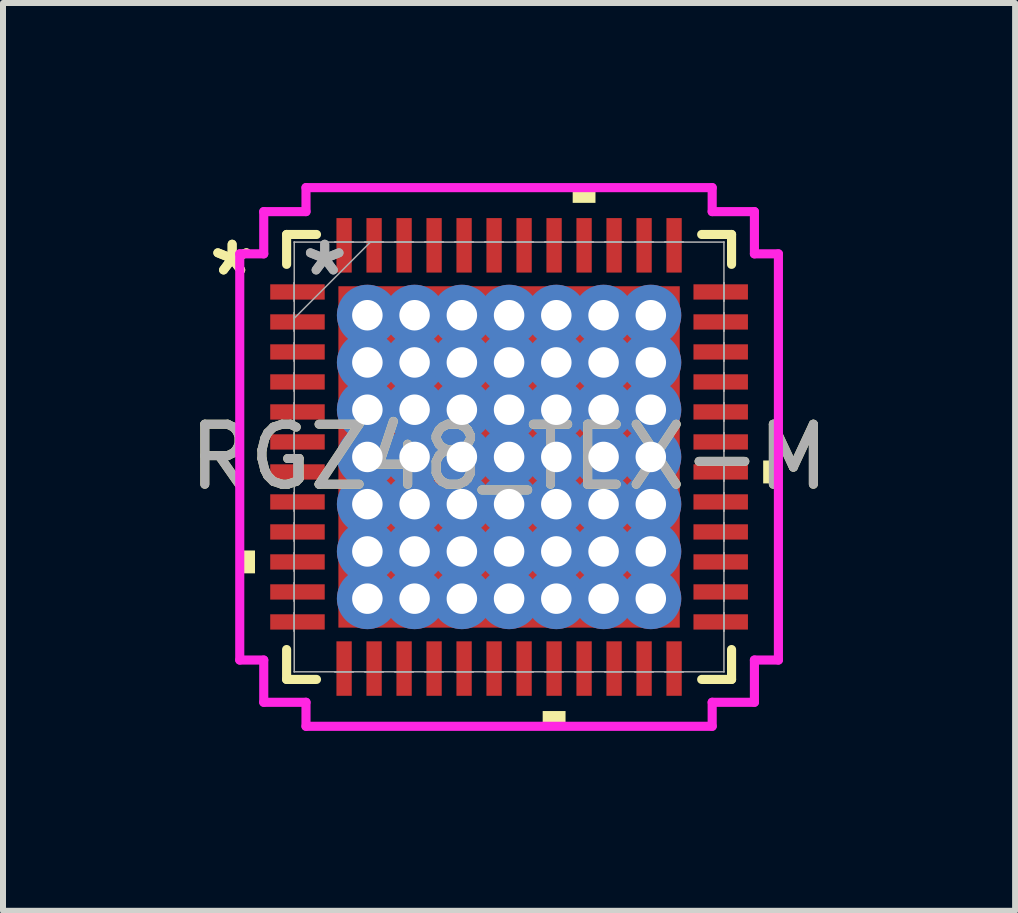
<source format=kicad_pcb>
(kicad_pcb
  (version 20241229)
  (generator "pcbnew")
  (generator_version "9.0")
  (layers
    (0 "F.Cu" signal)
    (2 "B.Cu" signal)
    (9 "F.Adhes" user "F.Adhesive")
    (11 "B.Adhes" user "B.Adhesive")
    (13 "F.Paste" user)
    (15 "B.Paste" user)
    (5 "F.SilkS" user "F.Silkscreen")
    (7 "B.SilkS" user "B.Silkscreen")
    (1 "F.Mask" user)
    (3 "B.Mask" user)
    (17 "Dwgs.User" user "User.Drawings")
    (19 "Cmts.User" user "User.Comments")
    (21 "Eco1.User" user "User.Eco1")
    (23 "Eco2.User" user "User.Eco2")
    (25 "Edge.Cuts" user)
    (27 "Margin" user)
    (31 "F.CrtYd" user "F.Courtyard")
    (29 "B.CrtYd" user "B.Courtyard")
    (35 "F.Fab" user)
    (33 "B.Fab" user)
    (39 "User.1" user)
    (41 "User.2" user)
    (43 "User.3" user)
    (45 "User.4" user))
  (footprint "RGZ48_TEX-M"
    (layer "F.Cu")
    (at 5.435 4.566)
    (property "Reference" "RGZ48_TEX-M" (at 0 0 0) (unlocked yes) (layer "F.SilkS") (effects (font (size 1 1) (thickness 0.15))))
    (fp_poly (pts (xy -2.908 -2.908) (xy -2.562 -2.908) (xy -2.562 2.908) (xy -2.908 2.908)) (stroke (width 0) (type solid)) (fill yes) (layer "F.Mask"))
    (fp_poly (pts (xy -2.908 -2.908) (xy 2.908 -2.908) (xy 2.908 -2.562) (xy -2.908 -2.562)) (stroke (width 0) (type solid)) (fill yes) (layer "F.Mask"))
    (fp_poly (pts (xy -2.908 -2.162) (xy 2.908 -2.162) (xy 2.908 -1.775) (xy -2.908 -1.775)) (stroke (width 0) (type solid)) (fill yes) (layer "F.Mask"))
    (fp_poly (pts (xy -2.908 -1.375) (xy 2.908 -1.375) (xy 2.908 -0.987) (xy -2.908 -0.987)) (stroke (width 0) (type solid)) (fill yes) (layer "F.Mask"))
    (fp_poly (pts (xy -2.908 -0.587) (xy 2.908 -0.587) (xy 2.908 -0.2) (xy -2.908 -0.2)) (stroke (width 0) (type solid)) (fill yes) (layer "F.Mask"))
    (fp_poly (pts (xy -2.908 0.2) (xy 2.908 0.2) (xy 2.908 0.587) (xy -2.908 0.587)) (stroke (width 0) (type solid)) (fill yes) (layer "F.Mask"))
    (fp_poly (pts (xy -2.908 0.987) (xy 2.908 0.987) (xy 2.908 1.375) (xy -2.908 1.375)) (stroke (width 0) (type solid)) (fill yes) (layer "F.Mask"))
    (fp_poly (pts (xy -2.908 1.775) (xy 2.908 1.775) (xy 2.908 2.162) (xy -2.908 2.162)) (stroke (width 0) (type solid)) (fill yes) (layer "F.Mask"))
    (fp_poly (pts (xy -2.908 2.562) (xy 2.908 2.562) (xy 2.908 2.908) (xy -2.908 2.908)) (stroke (width 0) (type solid)) (fill yes) (layer "F.Mask"))
    (fp_poly (pts (xy -1.775 -2.908) (xy -2.162 -2.908) (xy -2.162 2.908) (xy -1.775 2.908)) (stroke (width 0) (type solid)) (fill yes) (layer "F.Mask"))
    (fp_poly (pts (xy -0.987 -2.908) (xy -1.375 -2.908) (xy -1.375 2.908) (xy -0.987 2.908)) (stroke (width 0) (type solid)) (fill yes) (layer "F.Mask"))
    (fp_poly (pts (xy -0.2 -2.908) (xy -0.587 -2.908) (xy -0.587 2.908) (xy -0.2 2.908)) (stroke (width 0) (type solid)) (fill yes) (layer "F.Mask"))
    (fp_poly (pts (xy 0.587 -2.908) (xy 0.2 -2.908) (xy 0.2 2.908) (xy 0.587 2.908)) (stroke (width 0) (type solid)) (fill yes) (layer "F.Mask"))
    (fp_poly (pts (xy 1.375 -2.908) (xy 0.987 -2.908) (xy 0.987 2.908) (xy 1.375 2.908)) (stroke (width 0) (type solid)) (fill yes) (layer "F.Mask"))
    (fp_poly (pts (xy 2.162 -2.908) (xy 1.775 -2.908) (xy 1.775 2.908) (xy 2.162 2.908)) (stroke (width 0) (type solid)) (fill yes) (layer "F.Mask"))
    (fp_poly (pts (xy 2.562 -2.908) (xy 2.908 -2.908) (xy 2.908 2.908) (xy 2.562 2.908)) (stroke (width 0) (type solid)) (fill yes) (layer "F.Mask"))
    (fp_line (start -3.708 -3.708) (end -3.708 -3.21) (stroke (width 0.152) (type solid)) (layer "F.SilkS"))
    (fp_line (start -3.708 3.21) (end -3.708 3.708) (stroke (width 0.152) (type solid)) (layer "F.SilkS"))
    (fp_line (start -3.708 3.708) (end -3.21 3.708) (stroke (width 0.152) (type solid)) (layer "F.SilkS"))
    (fp_line (start -3.21 -3.708) (end -3.708 -3.708) (stroke (width 0.152) (type solid)) (layer "F.SilkS"))
    (fp_line (start 3.21 3.708) (end 3.708 3.708) (stroke (width 0.152) (type solid)) (layer "F.SilkS"))
    (fp_line (start 3.708 -3.708) (end 3.21 -3.708) (stroke (width 0.152) (type solid)) (layer "F.SilkS"))
    (fp_line (start 3.708 -3.21) (end 3.708 -3.708) (stroke (width 0.152) (type solid)) (layer "F.SilkS"))
    (fp_line (start 3.708 3.708) (end 3.708 3.21) (stroke (width 0.152) (type solid)) (layer "F.SilkS"))
    (fp_poly (pts (xy -4.489 1.559) (xy -4.489 1.94) (xy -4.235 1.94) (xy -4.235 1.559)) (stroke (width 0) (type solid)) (fill yes) (layer "F.SilkS"))
    (fp_poly (pts (xy 0.56 4.235) (xy 0.56 4.489) (xy 0.941 4.489) (xy 0.941 4.235)) (stroke (width 0) (type solid)) (fill yes) (layer "F.SilkS"))
    (fp_poly (pts (xy 1.06 -4.235) (xy 1.06 -4.489) (xy 1.44 -4.489) (xy 1.44 -4.235)) (stroke (width 0) (type solid)) (fill yes) (layer "F.SilkS"))
    (fp_poly (pts (xy 4.489 0.059) (xy 4.489 0.441) (xy 4.235 0.441) (xy 4.235 0.059)) (stroke (width 0) (type solid)) (fill yes) (layer "F.SilkS"))
    (fp_poly (pts (xy -2.77 -2.77) (xy -2.77 -2.462) (xy -2.604 -2.462) (xy -2.462 -2.604) (xy -2.462 -2.77)) (stroke (width 0) (type solid)) (fill yes) (layer "F.Paste"))
    (fp_poly (pts (xy -2.77 2.462) (xy -2.77 2.77) (xy -2.462 2.77) (xy -2.462 2.604) (xy -2.604 2.462)) (stroke (width 0) (type solid)) (fill yes) (layer "F.Paste"))
    (fp_poly (pts (xy 2.462 -2.77) (xy 2.462 -2.604) (xy 2.604 -2.462) (xy 2.77 -2.462) (xy 2.77 -2.77)) (stroke (width 0) (type solid)) (fill yes) (layer "F.Paste"))
    (fp_poly (pts (xy 2.604 2.462) (xy 2.462 2.604) (xy 2.462 2.77) (xy 2.77 2.77) (xy 2.77 2.462)) (stroke (width 0) (type solid)) (fill yes) (layer "F.Paste"))
    (fp_poly (pts (xy -2.77 -2.262) (xy -2.77 -1.675) (xy -2.604 -1.675) (xy -2.462 -1.816) (xy -2.462 -2.121) (xy -2.604 -2.262)) (stroke (width 0) (type solid)) (fill yes) (layer "F.Paste"))
    (fp_poly (pts (xy -2.77 -1.475) (xy -2.77 -0.887) (xy -2.604 -0.887) (xy -2.462 -1.029) (xy -2.462 -1.333) (xy -2.604 -1.475)) (stroke (width 0) (type solid)) (fill yes) (layer "F.Paste"))
    (fp_poly (pts (xy -2.77 -0.687) (xy -2.77 -0.1) (xy -2.604 -0.1) (xy -2.462 -0.241) (xy -2.462 -0.546) (xy -2.604 -0.687)) (stroke (width 0) (type solid)) (fill yes) (layer "F.Paste"))
    (fp_poly (pts (xy -2.77 0.1) (xy -2.77 0.687) (xy -2.604 0.687) (xy -2.462 0.546) (xy -2.462 0.241) (xy -2.604 0.1)) (stroke (width 0) (type solid)) (fill yes) (layer "F.Paste"))
    (fp_poly (pts (xy -2.77 0.887) (xy -2.77 1.475) (xy -2.604 1.475) (xy -2.462 1.333) (xy -2.462 1.029) (xy -2.604 0.887)) (stroke (width 0) (type solid)) (fill yes) (layer "F.Paste"))
    (fp_poly (pts (xy -2.77 1.675) (xy -2.77 2.262) (xy -2.604 2.262) (xy -2.462 2.121) (xy -2.462 1.816) (xy -2.604 1.675)) (stroke (width 0) (type solid)) (fill yes) (layer "F.Paste"))
    (fp_poly (pts (xy -2.262 -2.77) (xy -2.262 -2.604) (xy -2.121 -2.462) (xy -1.816 -2.462) (xy -1.675 -2.604) (xy -1.675 -2.77)) (stroke (width 0) (type solid)) (fill yes) (layer "F.Paste"))
    (fp_poly (pts (xy -2.121 2.462) (xy -2.262 2.604) (xy -2.262 2.77) (xy -1.675 2.77) (xy -1.675 2.604) (xy -1.816 2.462)) (stroke (width 0) (type solid)) (fill yes) (layer "F.Paste"))
    (fp_poly (pts (xy -1.475 -2.77) (xy -1.475 -2.604) (xy -1.333 -2.462) (xy -1.029 -2.462) (xy -0.887 -2.604) (xy -0.887 -2.77)) (stroke (width 0) (type solid)) (fill yes) (layer "F.Paste"))
    (fp_poly (pts (xy -1.333 2.462) (xy -1.475 2.604) (xy -1.475 2.77) (xy -0.887 2.77) (xy -0.887 2.604) (xy -1.029 2.462)) (stroke (width 0) (type solid)) (fill yes) (layer "F.Paste"))
    (fp_poly (pts (xy -0.687 -2.77) (xy -0.687 -2.604) (xy -0.546 -2.462) (xy -0.241 -2.462) (xy -0.1 -2.604) (xy -0.1 -2.77)) (stroke (width 0) (type solid)) (fill yes) (layer "F.Paste"))
    (fp_poly (pts (xy -0.546 2.462) (xy -0.687 2.604) (xy -0.687 2.77) (xy -0.1 2.77) (xy -0.1 2.604) (xy -0.241 2.462)) (stroke (width 0) (type solid)) (fill yes) (layer "F.Paste"))
    (fp_poly (pts (xy 0.1 -2.77) (xy 0.1 -2.604) (xy 0.241 -2.462) (xy 0.546 -2.462) (xy 0.687 -2.604) (xy 0.687 -2.77)) (stroke (width 0) (type solid)) (fill yes) (layer "F.Paste"))
    (fp_poly (pts (xy 0.241 2.462) (xy 0.1 2.604) (xy 0.1 2.77) (xy 0.687 2.77) (xy 0.687 2.604) (xy 0.546 2.462)) (stroke (width 0) (type solid)) (fill yes) (layer "F.Paste"))
    (fp_poly (pts (xy 0.887 -2.77) (xy 0.887 -2.604) (xy 1.029 -2.462) (xy 1.333 -2.462) (xy 1.475 -2.604) (xy 1.475 -2.77)) (stroke (width 0) (type solid)) (fill yes) (layer "F.Paste"))
    (fp_poly (pts (xy 1.029 2.462) (xy 0.887 2.604) (xy 0.887 2.77) (xy 1.475 2.77) (xy 1.475 2.604) (xy 1.333 2.462)) (stroke (width 0) (type solid)) (fill yes) (layer "F.Paste"))
    (fp_poly (pts (xy 1.675 -2.77) (xy 1.675 -2.604) (xy 1.816 -2.462) (xy 2.121 -2.462) (xy 2.262 -2.604) (xy 2.262 -2.77)) (stroke (width 0) (type solid)) (fill yes) (layer "F.Paste"))
    (fp_poly (pts (xy 1.816 2.462) (xy 1.675 2.604) (xy 1.675 2.77) (xy 2.262 2.77) (xy 2.262 2.604) (xy 2.121 2.462)) (stroke (width 0) (type solid)) (fill yes) (layer "F.Paste"))
    (fp_poly (pts (xy 2.604 -2.262) (xy 2.462 -2.121) (xy 2.462 -1.816) (xy 2.604 -1.675) (xy 2.77 -1.675) (xy 2.77 -2.262)) (stroke (width 0) (type solid)) (fill yes) (layer "F.Paste"))
    (fp_poly (pts (xy 2.604 -1.475) (xy 2.462 -1.333) (xy 2.462 -1.029) (xy 2.604 -0.887) (xy 2.77 -0.887) (xy 2.77 -1.475)) (stroke (width 0) (type solid)) (fill yes) (layer "F.Paste"))
    (fp_poly (pts (xy 2.604 -0.687) (xy 2.462 -0.546) (xy 2.462 -0.241) (xy 2.604 -0.1) (xy 2.77 -0.1) (xy 2.77 -0.687)) (stroke (width 0) (type solid)) (fill yes) (layer "F.Paste"))
    (fp_poly (pts (xy 2.604 0.1) (xy 2.462 0.241) (xy 2.462 0.546) (xy 2.604 0.687) (xy 2.77 0.687) (xy 2.77 0.1)) (stroke (width 0) (type solid)) (fill yes) (layer "F.Paste"))
    (fp_poly (pts (xy 2.604 0.887) (xy 2.462 1.029) (xy 2.462 1.333) (xy 2.604 1.475) (xy 2.77 1.475) (xy 2.77 0.887)) (stroke (width 0) (type solid)) (fill yes) (layer "F.Paste"))
    (fp_poly (pts (xy 2.604 1.675) (xy 2.462 1.816) (xy 2.462 2.121) (xy 2.604 2.262) (xy 2.77 2.262) (xy 2.77 1.675)) (stroke (width 0) (type solid)) (fill yes) (layer "F.Paste"))
    (fp_poly (pts (xy -2.121 -2.262) (xy -2.262 -2.121) (xy -2.262 -1.816) (xy -2.121 -1.675) (xy -1.816 -1.675) (xy -1.675 -1.816) (xy -1.675 -2.121) (xy -1.816 -2.262)) (stroke (width 0) (type solid)) (fill yes) (layer "F.Paste"))
    (fp_poly (pts (xy -2.121 -1.475) (xy -2.262 -1.333) (xy -2.262 -1.029) (xy -2.121 -0.887) (xy -1.816 -0.887) (xy -1.675 -1.029) (xy -1.675 -1.333) (xy -1.816 -1.475)) (stroke (width 0) (type solid)) (fill yes) (layer "F.Paste"))
    (fp_poly (pts (xy -2.121 -0.687) (xy -2.262 -0.546) (xy -2.262 -0.241) (xy -2.121 -0.1) (xy -1.816 -0.1) (xy -1.675 -0.241) (xy -1.675 -0.546) (xy -1.816 -0.687)) (stroke (width 0) (type solid)) (fill yes) (layer "F.Paste"))
    (fp_poly (pts (xy -2.121 0.1) (xy -2.262 0.241) (xy -2.262 0.546) (xy -2.121 0.687) (xy -1.816 0.687) (xy -1.675 0.546) (xy -1.675 0.241) (xy -1.816 0.1)) (stroke (width 0) (type solid)) (fill yes) (layer "F.Paste"))
    (fp_poly (pts (xy -2.121 0.887) (xy -2.262 1.029) (xy -2.262 1.333) (xy -2.121 1.475) (xy -1.816 1.475) (xy -1.675 1.333) (xy -1.675 1.029) (xy -1.816 0.887)) (stroke (width 0) (type solid)) (fill yes) (layer "F.Paste"))
    (fp_poly (pts (xy -2.121 1.675) (xy -2.262 1.816) (xy -2.262 2.121) (xy -2.121 2.262) (xy -1.816 2.262) (xy -1.675 2.121) (xy -1.675 1.816) (xy -1.816 1.675)) (stroke (width 0) (type solid)) (fill yes) (layer "F.Paste"))
    (fp_poly (pts (xy -1.333 -2.262) (xy -1.475 -2.121) (xy -1.475 -1.816) (xy -1.333 -1.675) (xy -1.029 -1.675) (xy -0.887 -1.816) (xy -0.887 -2.121) (xy -1.029 -2.262)) (stroke (width 0) (type solid)) (fill yes) (layer "F.Paste"))
    (fp_poly (pts (xy -1.333 -1.475) (xy -1.475 -1.333) (xy -1.475 -1.029) (xy -1.333 -0.887) (xy -1.029 -0.887) (xy -0.887 -1.029) (xy -0.887 -1.333) (xy -1.029 -1.475)) (stroke (width 0) (type solid)) (fill yes) (layer "F.Paste"))
    (fp_poly (pts (xy -1.333 -0.687) (xy -1.475 -0.546) (xy -1.475 -0.241) (xy -1.333 -0.1) (xy -1.029 -0.1) (xy -0.887 -0.241) (xy -0.887 -0.546) (xy -1.029 -0.687)) (stroke (width 0) (type solid)) (fill yes) (layer "F.Paste"))
    (fp_poly (pts (xy -1.333 0.1) (xy -1.475 0.241) (xy -1.475 0.546) (xy -1.333 0.687) (xy -1.029 0.687) (xy -0.887 0.546) (xy -0.887 0.241) (xy -1.029 0.1)) (stroke (width 0) (type solid)) (fill yes) (layer "F.Paste"))
    (fp_poly (pts (xy -1.333 0.887) (xy -1.475 1.029) (xy -1.475 1.333) (xy -1.333 1.475) (xy -1.029 1.475) (xy -0.887 1.333) (xy -0.887 1.029) (xy -1.029 0.887)) (stroke (width 0) (type solid)) (fill yes) (layer "F.Paste"))
    (fp_poly (pts (xy -1.333 1.675) (xy -1.475 1.816) (xy -1.475 2.121) (xy -1.333 2.262) (xy -1.029 2.262) (xy -0.887 2.121) (xy -0.887 1.816) (xy -1.029 1.675)) (stroke (width 0) (type solid)) (fill yes) (layer "F.Paste"))
    (fp_poly (pts (xy -0.546 -2.262) (xy -0.687 -2.121) (xy -0.687 -1.816) (xy -0.546 -1.675) (xy -0.241 -1.675) (xy -0.1 -1.816) (xy -0.1 -2.121) (xy -0.241 -2.262)) (stroke (width 0) (type solid)) (fill yes) (layer "F.Paste"))
    (fp_poly (pts (xy -0.546 -1.475) (xy -0.687 -1.333) (xy -0.687 -1.029) (xy -0.546 -0.887) (xy -0.241 -0.887) (xy -0.1 -1.029) (xy -0.1 -1.333) (xy -0.241 -1.475)) (stroke (width 0) (type solid)) (fill yes) (layer "F.Paste"))
    (fp_poly (pts (xy -0.546 -0.687) (xy -0.687 -0.546) (xy -0.687 -0.241) (xy -0.546 -0.1) (xy -0.241 -0.1) (xy -0.1 -0.241) (xy -0.1 -0.546) (xy -0.241 -0.687)) (stroke (width 0) (type solid)) (fill yes) (layer "F.Paste"))
    (fp_poly (pts (xy -0.546 0.1) (xy -0.687 0.241) (xy -0.687 0.546) (xy -0.546 0.687) (xy -0.241 0.687) (xy -0.1 0.546) (xy -0.1 0.241) (xy -0.241 0.1)) (stroke (width 0) (type solid)) (fill yes) (layer "F.Paste"))
    (fp_poly (pts (xy -0.546 0.887) (xy -0.687 1.029) (xy -0.687 1.333) (xy -0.546 1.475) (xy -0.241 1.475) (xy -0.1 1.333) (xy -0.1 1.029) (xy -0.241 0.887)) (stroke (width 0) (type solid)) (fill yes) (layer "F.Paste"))
    (fp_poly (pts (xy -0.546 1.675) (xy -0.687 1.816) (xy -0.687 2.121) (xy -0.546 2.262) (xy -0.241 2.262) (xy -0.1 2.121) (xy -0.1 1.816) (xy -0.241 1.675)) (stroke (width 0) (type solid)) (fill yes) (layer "F.Paste"))
    (fp_poly (pts (xy 0.241 -2.262) (xy 0.1 -2.121) (xy 0.1 -1.816) (xy 0.241 -1.675) (xy 0.546 -1.675) (xy 0.687 -1.816) (xy 0.687 -2.121) (xy 0.546 -2.262)) (stroke (width 0) (type solid)) (fill yes) (layer "F.Paste"))
    (fp_poly (pts (xy 0.241 -1.475) (xy 0.1 -1.333) (xy 0.1 -1.029) (xy 0.241 -0.887) (xy 0.546 -0.887) (xy 0.687 -1.029) (xy 0.687 -1.333) (xy 0.546 -1.475)) (stroke (width 0) (type solid)) (fill yes) (layer "F.Paste"))
    (fp_poly (pts (xy 0.241 -0.687) (xy 0.1 -0.546) (xy 0.1 -0.241) (xy 0.241 -0.1) (xy 0.546 -0.1) (xy 0.687 -0.241) (xy 0.687 -0.546) (xy 0.546 -0.687)) (stroke (width 0) (type solid)) (fill yes) (layer "F.Paste"))
    (fp_poly (pts (xy 0.241 0.1) (xy 0.1 0.241) (xy 0.1 0.546) (xy 0.241 0.687) (xy 0.546 0.687) (xy 0.687 0.546) (xy 0.687 0.241) (xy 0.546 0.1)) (stroke (width 0) (type solid)) (fill yes) (layer "F.Paste"))
    (fp_poly (pts (xy 0.241 0.887) (xy 0.1 1.029) (xy 0.1 1.333) (xy 0.241 1.475) (xy 0.546 1.475) (xy 0.687 1.333) (xy 0.687 1.029) (xy 0.546 0.887)) (stroke (width 0) (type solid)) (fill yes) (layer "F.Paste"))
    (fp_poly (pts (xy 0.241 1.675) (xy 0.1 1.816) (xy 0.1 2.121) (xy 0.241 2.262) (xy 0.546 2.262) (xy 0.687 2.121) (xy 0.687 1.816) (xy 0.546 1.675)) (stroke (width 0) (type solid)) (fill yes) (layer "F.Paste"))
    (fp_poly (pts (xy 1.029 -2.262) (xy 0.887 -2.121) (xy 0.887 -1.816) (xy 1.029 -1.675) (xy 1.333 -1.675) (xy 1.475 -1.816) (xy 1.475 -2.121) (xy 1.333 -2.262)) (stroke (width 0) (type solid)) (fill yes) (layer "F.Paste"))
    (fp_poly (pts (xy 1.029 -1.475) (xy 0.887 -1.333) (xy 0.887 -1.029) (xy 1.029 -0.887) (xy 1.333 -0.887) (xy 1.475 -1.029) (xy 1.475 -1.333) (xy 1.333 -1.475)) (stroke (width 0) (type solid)) (fill yes) (layer "F.Paste"))
    (fp_poly (pts (xy 1.029 -0.687) (xy 0.887 -0.546) (xy 0.887 -0.241) (xy 1.029 -0.1) (xy 1.333 -0.1) (xy 1.475 -0.241) (xy 1.475 -0.546) (xy 1.333 -0.687)) (stroke (width 0) (type solid)) (fill yes) (layer "F.Paste"))
    (fp_poly (pts (xy 1.029 0.1) (xy 0.887 0.241) (xy 0.887 0.546) (xy 1.029 0.687) (xy 1.333 0.687) (xy 1.475 0.546) (xy 1.475 0.241) (xy 1.333 0.1)) (stroke (width 0) (type solid)) (fill yes) (layer "F.Paste"))
    (fp_poly (pts (xy 1.029 0.887) (xy 0.887 1.029) (xy 0.887 1.333) (xy 1.029 1.475) (xy 1.333 1.475) (xy 1.475 1.333) (xy 1.475 1.029) (xy 1.333 0.887)) (stroke (width 0) (type solid)) (fill yes) (layer "F.Paste"))
    (fp_poly (pts (xy 1.029 1.675) (xy 0.887 1.816) (xy 0.887 2.121) (xy 1.029 2.262) (xy 1.333 2.262) (xy 1.475 2.121) (xy 1.475 1.816) (xy 1.333 1.675)) (stroke (width 0) (type solid)) (fill yes) (layer "F.Paste"))
    (fp_poly (pts (xy 1.816 -2.262) (xy 1.675 -2.121) (xy 1.675 -1.816) (xy 1.816 -1.675) (xy 2.121 -1.675) (xy 2.262 -1.816) (xy 2.262 -2.121) (xy 2.121 -2.262)) (stroke (width 0) (type solid)) (fill yes) (layer "F.Paste"))
    (fp_poly (pts (xy 1.816 -1.475) (xy 1.675 -1.333) (xy 1.675 -1.029) (xy 1.816 -0.887) (xy 2.121 -0.887) (xy 2.262 -1.029) (xy 2.262 -1.333) (xy 2.121 -1.475)) (stroke (width 0) (type solid)) (fill yes) (layer "F.Paste"))
    (fp_poly (pts (xy 1.816 -0.687) (xy 1.675 -0.546) (xy 1.675 -0.241) (xy 1.816 -0.1) (xy 2.121 -0.1) (xy 2.262 -0.241) (xy 2.262 -0.546) (xy 2.121 -0.687)) (stroke (width 0) (type solid)) (fill yes) (layer "F.Paste"))
    (fp_poly (pts (xy 1.816 0.1) (xy 1.675 0.241) (xy 1.675 0.546) (xy 1.816 0.687) (xy 2.121 0.687) (xy 2.262 0.546) (xy 2.262 0.241) (xy 2.121 0.1)) (stroke (width 0) (type solid)) (fill yes) (layer "F.Paste"))
    (fp_poly (pts (xy 1.816 0.887) (xy 1.675 1.029) (xy 1.675 1.333) (xy 1.816 1.475) (xy 2.121 1.475) (xy 2.262 1.333) (xy 2.262 1.029) (xy 2.121 0.887)) (stroke (width 0) (type solid)) (fill yes) (layer "F.Paste"))
    (fp_poly (pts (xy 1.816 1.675) (xy 1.675 1.816) (xy 1.675 2.121) (xy 1.816 2.262) (xy 2.121 2.262) (xy 2.262 2.121) (xy 2.262 1.816) (xy 2.121 1.675)) (stroke (width 0) (type solid)) (fill yes) (layer "F.Paste"))
    (fp_line (start -4.489 -3.385) (end -4.089 -3.385) (stroke (width 0.152) (type solid)) (layer "F.CrtYd"))
    (fp_line (start -4.489 3.385) (end -4.489 -3.385) (stroke (width 0.152) (type solid)) (layer "F.CrtYd"))
    (fp_line (start -4.089 -4.089) (end -3.385 -4.089) (stroke (width 0.152) (type solid)) (layer "F.CrtYd"))
    (fp_line (start -4.089 -3.385) (end -4.089 -4.089) (stroke (width 0.152) (type solid)) (layer "F.CrtYd"))
    (fp_line (start -4.089 3.385) (end -4.489 3.385) (stroke (width 0.152) (type solid)) (layer "F.CrtYd"))
    (fp_line (start -4.089 4.089) (end -4.089 3.385) (stroke (width 0.152) (type solid)) (layer "F.CrtYd"))
    (fp_line (start -3.385 -4.489) (end 3.385 -4.489) (stroke (width 0.152) (type solid)) (layer "F.CrtYd"))
    (fp_line (start -3.385 -4.089) (end -3.385 -4.489) (stroke (width 0.152) (type solid)) (layer "F.CrtYd"))
    (fp_line (start -3.385 4.089) (end -4.089 4.089) (stroke (width 0.152) (type solid)) (layer "F.CrtYd"))
    (fp_line (start -3.385 4.489) (end -3.385 4.089) (stroke (width 0.152) (type solid)) (layer "F.CrtYd"))
    (fp_line (start 3.385 -4.489) (end 3.385 -4.089) (stroke (width 0.152) (type solid)) (layer "F.CrtYd"))
    (fp_line (start 3.385 -4.089) (end 4.089 -4.089) (stroke (width 0.152) (type solid)) (layer "F.CrtYd"))
    (fp_line (start 3.385 4.089) (end 3.385 4.489) (stroke (width 0.152) (type solid)) (layer "F.CrtYd"))
    (fp_line (start 3.385 4.489) (end -3.385 4.489) (stroke (width 0.152) (type solid)) (layer "F.CrtYd"))
    (fp_line (start 4.089 -4.089) (end 4.089 -3.385) (stroke (width 0.152) (type solid)) (layer "F.CrtYd"))
    (fp_line (start 4.089 -3.385) (end 4.489 -3.385) (stroke (width 0.152) (type solid)) (layer "F.CrtYd"))
    (fp_line (start 4.089 3.385) (end 4.089 4.089) (stroke (width 0.152) (type solid)) (layer "F.CrtYd"))
    (fp_line (start 4.089 4.089) (end 3.385 4.089) (stroke (width 0.152) (type solid)) (layer "F.CrtYd"))
    (fp_line (start 4.489 -3.385) (end 4.489 3.385) (stroke (width 0.152) (type solid)) (layer "F.CrtYd"))
    (fp_line (start 4.489 3.385) (end 4.089 3.385) (stroke (width 0.152) (type solid)) (layer "F.CrtYd"))
    (fp_line (start -3.581 -3.581) (end -3.581 -3.581) (stroke (width 0.025) (type solid)) (layer "F.Fab"))
    (fp_line (start -3.581 -3.581) (end -3.581 3.581) (stroke (width 0.025) (type solid)) (layer "F.Fab"))
    (fp_line (start -3.581 -2.902) (end -3.581 -2.902) (stroke (width 0.025) (type solid)) (layer "F.Fab"))
    (fp_line (start -3.581 -2.902) (end -3.581 -2.598) (stroke (width 0.025) (type solid)) (layer "F.Fab"))
    (fp_line (start -3.581 -2.598) (end -3.581 -2.902) (stroke (width 0.025) (type solid)) (layer "F.Fab"))
    (fp_line (start -3.581 -2.598) (end -3.581 -2.598) (stroke (width 0.025) (type solid)) (layer "F.Fab"))
    (fp_line (start -3.581 -2.402) (end -3.581 -2.402) (stroke (width 0.025) (type solid)) (layer "F.Fab"))
    (fp_line (start -3.581 -2.402) (end -3.581 -2.098) (stroke (width 0.025) (type solid)) (layer "F.Fab"))
    (fp_line (start -3.581 -2.311) (end -2.311 -3.581) (stroke (width 0.025) (type solid)) (layer "F.Fab"))
    (fp_line (start -3.581 -2.098) (end -3.581 -2.402) (stroke (width 0.025) (type solid)) (layer "F.Fab"))
    (fp_line (start -3.581 -2.098) (end -3.581 -2.098) (stroke (width 0.025) (type solid)) (layer "F.Fab"))
    (fp_line (start -3.581 -1.902) (end -3.581 -1.902) (stroke (width 0.025) (type solid)) (layer "F.Fab"))
    (fp_line (start -3.581 -1.902) (end -3.581 -1.598) (stroke (width 0.025) (type solid)) (layer "F.Fab"))
    (fp_line (start -3.581 -1.598) (end -3.581 -1.902) (stroke (width 0.025) (type solid)) (layer "F.Fab"))
    (fp_line (start -3.581 -1.598) (end -3.581 -1.598) (stroke (width 0.025) (type solid)) (layer "F.Fab"))
    (fp_line (start -3.581 -1.402) (end -3.581 -1.402) (stroke (width 0.025) (type solid)) (layer "F.Fab"))
    (fp_line (start -3.581 -1.402) (end -3.581 -1.098) (stroke (width 0.025) (type solid)) (layer "F.Fab"))
    (fp_line (start -3.581 -1.098) (end -3.581 -1.402) (stroke (width 0.025) (type solid)) (layer "F.Fab"))
    (fp_line (start -3.581 -1.098) (end -3.581 -1.098) (stroke (width 0.025) (type solid)) (layer "F.Fab"))
    (fp_line (start -3.581 -0.902) (end -3.581 -0.902) (stroke (width 0.025) (type solid)) (layer "F.Fab"))
    (fp_line (start -3.581 -0.902) (end -3.581 -0.598) (stroke (width 0.025) (type solid)) (layer "F.Fab"))
    (fp_line (start -3.581 -0.598) (end -3.581 -0.902) (stroke (width 0.025) (type solid)) (layer "F.Fab"))
    (fp_line (start -3.581 -0.598) (end -3.581 -0.598) (stroke (width 0.025) (type solid)) (layer "F.Fab"))
    (fp_line (start -3.581 -0.402) (end -3.581 -0.402) (stroke (width 0.025) (type solid)) (layer "F.Fab"))
    (fp_line (start -3.581 -0.402) (end -3.581 -0.098) (stroke (width 0.025) (type solid)) (layer "F.Fab"))
    (fp_line (start -3.581 -0.098) (end -3.581 -0.402) (stroke (width 0.025) (type solid)) (layer "F.Fab"))
    (fp_line (start -3.581 -0.098) (end -3.581 -0.098) (stroke (width 0.025) (type solid)) (layer "F.Fab"))
    (fp_line (start -3.581 0.098) (end -3.581 0.098) (stroke (width 0.025) (type solid)) (layer "F.Fab"))
    (fp_line (start -3.581 0.098) (end -3.581 0.402) (stroke (width 0.025) (type solid)) (layer "F.Fab"))
    (fp_line (start -3.581 0.402) (end -3.581 0.098) (stroke (width 0.025) (type solid)) (layer "F.Fab"))
    (fp_line (start -3.581 0.402) (end -3.581 0.402) (stroke (width 0.025) (type solid)) (layer "F.Fab"))
    (fp_line (start -3.581 0.598) (end -3.581 0.598) (stroke (width 0.025) (type solid)) (layer "F.Fab"))
    (fp_line (start -3.581 0.598) (end -3.581 0.902) (stroke (width 0.025) (type solid)) (layer "F.Fab"))
    (fp_line (start -3.581 0.902) (end -3.581 0.598) (stroke (width 0.025) (type solid)) (layer "F.Fab"))
    (fp_line (start -3.581 0.902) (end -3.581 0.902) (stroke (width 0.025) (type solid)) (layer "F.Fab"))
    (fp_line (start -3.581 1.098) (end -3.581 1.098) (stroke (width 0.025) (type solid)) (layer "F.Fab"))
    (fp_line (start -3.581 1.098) (end -3.581 1.402) (stroke (width 0.025) (type solid)) (layer "F.Fab"))
    (fp_line (start -3.581 1.402) (end -3.581 1.098) (stroke (width 0.025) (type solid)) (layer "F.Fab"))
    (fp_line (start -3.581 1.402) (end -3.581 1.402) (stroke (width 0.025) (type solid)) (layer "F.Fab"))
    (fp_line (start -3.581 1.598) (end -3.581 1.598) (stroke (width 0.025) (type solid)) (layer "F.Fab"))
    (fp_line (start -3.581 1.598) (end -3.581 1.902) (stroke (width 0.025) (type solid)) (layer "F.Fab"))
    (fp_line (start -3.581 1.902) (end -3.581 1.598) (stroke (width 0.025) (type solid)) (layer "F.Fab"))
    (fp_line (start -3.581 1.902) (end -3.581 1.902) (stroke (width 0.025) (type solid)) (layer "F.Fab"))
    (fp_line (start -3.581 2.098) (end -3.581 2.098) (stroke (width 0.025) (type solid)) (layer "F.Fab"))
    (fp_line (start -3.581 2.098) (end -3.581 2.402) (stroke (width 0.025) (type solid)) (layer "F.Fab"))
    (fp_line (start -3.581 2.402) (end -3.581 2.098) (stroke (width 0.025) (type solid)) (layer "F.Fab"))
    (fp_line (start -3.581 2.402) (end -3.581 2.402) (stroke (width 0.025) (type solid)) (layer "F.Fab"))
    (fp_line (start -3.581 2.598) (end -3.581 2.598) (stroke (width 0.025) (type solid)) (layer "F.Fab"))
    (fp_line (start -3.581 2.598) (end -3.581 2.902) (stroke (width 0.025) (type solid)) (layer "F.Fab"))
    (fp_line (start -3.581 2.902) (end -3.581 2.598) (stroke (width 0.025) (type solid)) (layer "F.Fab"))
    (fp_line (start -3.581 2.902) (end -3.581 2.902) (stroke (width 0.025) (type solid)) (layer "F.Fab"))
    (fp_line (start -3.581 3.581) (end -3.581 3.581) (stroke (width 0.025) (type solid)) (layer "F.Fab"))
    (fp_line (start -3.581 3.581) (end 3.581 3.581) (stroke (width 0.025) (type solid)) (layer "F.Fab"))
    (fp_line (start -2.902 -3.581) (end -2.902 -3.581) (stroke (width 0.025) (type solid)) (layer "F.Fab"))
    (fp_line (start -2.902 -3.581) (end -2.598 -3.581) (stroke (width 0.025) (type solid)) (layer "F.Fab"))
    (fp_line (start -2.902 3.581) (end -2.902 3.581) (stroke (width 0.025) (type solid)) (layer "F.Fab"))
    (fp_line (start -2.902 3.581) (end -2.598 3.581) (stroke (width 0.025) (type solid)) (layer "F.Fab"))
    (fp_line (start -2.598 -3.581) (end -2.902 -3.581) (stroke (width 0.025) (type solid)) (layer "F.Fab"))
    (fp_line (start -2.598 -3.581) (end -2.598 -3.581) (stroke (width 0.025) (type solid)) (layer "F.Fab"))
    (fp_line (start -2.598 3.581) (end -2.902 3.581) (stroke (width 0.025) (type solid)) (layer "F.Fab"))
    (fp_line (start -2.598 3.581) (end -2.598 3.581) (stroke (width 0.025) (type solid)) (layer "F.Fab"))
    (fp_line (start -2.402 -3.581) (end -2.402 -3.581) (stroke (width 0.025) (type solid)) (layer "F.Fab"))
    (fp_line (start -2.402 -3.581) (end -2.098 -3.581) (stroke (width 0.025) (type solid)) (layer "F.Fab"))
    (fp_line (start -2.402 3.581) (end -2.402 3.581) (stroke (width 0.025) (type solid)) (layer "F.Fab"))
    (fp_line (start -2.402 3.581) (end -2.098 3.581) (stroke (width 0.025) (type solid)) (layer "F.Fab"))
    (fp_line (start -2.098 -3.581) (end -2.402 -3.581) (stroke (width 0.025) (type solid)) (layer "F.Fab"))
    (fp_line (start -2.098 -3.581) (end -2.098 -3.581) (stroke (width 0.025) (type solid)) (layer "F.Fab"))
    (fp_line (start -2.098 3.581) (end -2.402 3.581) (stroke (width 0.025) (type solid)) (layer "F.Fab"))
    (fp_line (start -2.098 3.581) (end -2.098 3.581) (stroke (width 0.025) (type solid)) (layer "F.Fab"))
    (fp_line (start -1.902 -3.581) (end -1.902 -3.581) (stroke (width 0.025) (type solid)) (layer "F.Fab"))
    (fp_line (start -1.902 -3.581) (end -1.598 -3.581) (stroke (width 0.025) (type solid)) (layer "F.Fab"))
    (fp_line (start -1.902 3.581) (end -1.902 3.581) (stroke (width 0.025) (type solid)) (layer "F.Fab"))
    (fp_line (start -1.902 3.581) (end -1.598 3.581) (stroke (width 0.025) (type solid)) (layer "F.Fab"))
    (fp_line (start -1.598 -3.581) (end -1.902 -3.581) (stroke (width 0.025) (type solid)) (layer "F.Fab"))
    (fp_line (start -1.598 -3.581) (end -1.598 -3.581) (stroke (width 0.025) (type solid)) (layer "F.Fab"))
    (fp_line (start -1.598 3.581) (end -1.902 3.581) (stroke (width 0.025) (type solid)) (layer "F.Fab"))
    (fp_line (start -1.598 3.581) (end -1.598 3.581) (stroke (width 0.025) (type solid)) (layer "F.Fab"))
    (fp_line (start -1.402 -3.581) (end -1.402 -3.581) (stroke (width 0.025) (type solid)) (layer "F.Fab"))
    (fp_line (start -1.402 -3.581) (end -1.098 -3.581) (stroke (width 0.025) (type solid)) (layer "F.Fab"))
    (fp_line (start -1.402 3.581) (end -1.402 3.581) (stroke (width 0.025) (type solid)) (layer "F.Fab"))
    (fp_line (start -1.402 3.581) (end -1.098 3.581) (stroke (width 0.025) (type solid)) (layer "F.Fab"))
    (fp_line (start -1.098 -3.581) (end -1.402 -3.581) (stroke (width 0.025) (type solid)) (layer "F.Fab"))
    (fp_line (start -1.098 -3.581) (end -1.098 -3.581) (stroke (width 0.025) (type solid)) (layer "F.Fab"))
    (fp_line (start -1.098 3.581) (end -1.402 3.581) (stroke (width 0.025) (type solid)) (layer "F.Fab"))
    (fp_line (start -1.098 3.581) (end -1.098 3.581) (stroke (width 0.025) (type solid)) (layer "F.Fab"))
    (fp_line (start -0.902 -3.581) (end -0.902 -3.581) (stroke (width 0.025) (type solid)) (layer "F.Fab"))
    (fp_line (start -0.902 -3.581) (end -0.598 -3.581) (stroke (width 0.025) (type solid)) (layer "F.Fab"))
    (fp_line (start -0.902 3.581) (end -0.902 3.581) (stroke (width 0.025) (type solid)) (layer "F.Fab"))
    (fp_line (start -0.902 3.581) (end -0.598 3.581) (stroke (width 0.025) (type solid)) (layer "F.Fab"))
    (fp_line (start -0.598 -3.581) (end -0.902 -3.581) (stroke (width 0.025) (type solid)) (layer "F.Fab"))
    (fp_line (start -0.598 -3.581) (end -0.598 -3.581) (stroke (width 0.025) (type solid)) (layer "F.Fab"))
    (fp_line (start -0.598 3.581) (end -0.902 3.581) (stroke (width 0.025) (type solid)) (layer "F.Fab"))
    (fp_line (start -0.598 3.581) (end -0.598 3.581) (stroke (width 0.025) (type solid)) (layer "F.Fab"))
    (fp_line (start -0.402 -3.581) (end -0.402 -3.581) (stroke (width 0.025) (type solid)) (layer "F.Fab"))
    (fp_line (start -0.402 -3.581) (end -0.098 -3.581) (stroke (width 0.025) (type solid)) (layer "F.Fab"))
    (fp_line (start -0.402 3.581) (end -0.402 3.581) (stroke (width 0.025) (type solid)) (layer "F.Fab"))
    (fp_line (start -0.402 3.581) (end -0.098 3.581) (stroke (width 0.025) (type solid)) (layer "F.Fab"))
    (fp_line (start -0.098 -3.581) (end -0.402 -3.581) (stroke (width 0.025) (type solid)) (layer "F.Fab"))
    (fp_line (start -0.098 -3.581) (end -0.098 -3.581) (stroke (width 0.025) (type solid)) (layer "F.Fab"))
    (fp_line (start -0.098 3.581) (end -0.402 3.581) (stroke (width 0.025) (type solid)) (layer "F.Fab"))
    (fp_line (start -0.098 3.581) (end -0.098 3.581) (stroke (width 0.025) (type solid)) (layer "F.Fab"))
    (fp_line (start 0.098 -3.581) (end 0.098 -3.581) (stroke (width 0.025) (type solid)) (layer "F.Fab"))
    (fp_line (start 0.098 -3.581) (end 0.402 -3.581) (stroke (width 0.025) (type solid)) (layer "F.Fab"))
    (fp_line (start 0.098 3.581) (end 0.098 3.581) (stroke (width 0.025) (type solid)) (layer "F.Fab"))
    (fp_line (start 0.098 3.581) (end 0.402 3.581) (stroke (width 0.025) (type solid)) (layer "F.Fab"))
    (fp_line (start 0.402 -3.581) (end 0.098 -3.581) (stroke (width 0.025) (type solid)) (layer "F.Fab"))
    (fp_line (start 0.402 -3.581) (end 0.402 -3.581) (stroke (width 0.025) (type solid)) (layer "F.Fab"))
    (fp_line (start 0.402 3.581) (end 0.098 3.581) (stroke (width 0.025) (type solid)) (layer "F.Fab"))
    (fp_line (start 0.402 3.581) (end 0.402 3.581) (stroke (width 0.025) (type solid)) (layer "F.Fab"))
    (fp_line (start 0.598 -3.581) (end 0.598 -3.581) (stroke (width 0.025) (type solid)) (layer "F.Fab"))
    (fp_line (start 0.598 -3.581) (end 0.902 -3.581) (stroke (width 0.025) (type solid)) (layer "F.Fab"))
    (fp_line (start 0.598 3.581) (end 0.598 3.581) (stroke (width 0.025) (type solid)) (layer "F.Fab"))
    (fp_line (start 0.598 3.581) (end 0.902 3.581) (stroke (width 0.025) (type solid)) (layer "F.Fab"))
    (fp_line (start 0.902 -3.581) (end 0.598 -3.581) (stroke (width 0.025) (type solid)) (layer "F.Fab"))
    (fp_line (start 0.902 -3.581) (end 0.902 -3.581) (stroke (width 0.025) (type solid)) (layer "F.Fab"))
    (fp_line (start 0.902 3.581) (end 0.598 3.581) (stroke (width 0.025) (type solid)) (layer "F.Fab"))
    (fp_line (start 0.902 3.581) (end 0.902 3.581) (stroke (width 0.025) (type solid)) (layer "F.Fab"))
    (fp_line (start 1.098 -3.581) (end 1.098 -3.581) (stroke (width 0.025) (type solid)) (layer "F.Fab"))
    (fp_line (start 1.098 -3.581) (end 1.402 -3.581) (stroke (width 0.025) (type solid)) (layer "F.Fab"))
    (fp_line (start 1.098 3.581) (end 1.098 3.581) (stroke (width 0.025) (type solid)) (layer "F.Fab"))
    (fp_line (start 1.098 3.581) (end 1.402 3.581) (stroke (width 0.025) (type solid)) (layer "F.Fab"))
    (fp_line (start 1.402 -3.581) (end 1.098 -3.581) (stroke (width 0.025) (type solid)) (layer "F.Fab"))
    (fp_line (start 1.402 -3.581) (end 1.402 -3.581) (stroke (width 0.025) (type solid)) (layer "F.Fab"))
    (fp_line (start 1.402 3.581) (end 1.098 3.581) (stroke (width 0.025) (type solid)) (layer "F.Fab"))
    (fp_line (start 1.402 3.581) (end 1.402 3.581) (stroke (width 0.025) (type solid)) (layer "F.Fab"))
    (fp_line (start 1.598 -3.581) (end 1.598 -3.581) (stroke (width 0.025) (type solid)) (layer "F.Fab"))
    (fp_line (start 1.598 -3.581) (end 1.902 -3.581) (stroke (width 0.025) (type solid)) (layer "F.Fab"))
    (fp_line (start 1.598 3.581) (end 1.598 3.581) (stroke (width 0.025) (type solid)) (layer "F.Fab"))
    (fp_line (start 1.598 3.581) (end 1.902 3.581) (stroke (width 0.025) (type solid)) (layer "F.Fab"))
    (fp_line (start 1.902 -3.581) (end 1.598 -3.581) (stroke (width 0.025) (type solid)) (layer "F.Fab"))
    (fp_line (start 1.902 -3.581) (end 1.902 -3.581) (stroke (width 0.025) (type solid)) (layer "F.Fab"))
    (fp_line (start 1.902 3.581) (end 1.598 3.581) (stroke (width 0.025) (type solid)) (layer "F.Fab"))
    (fp_line (start 1.902 3.581) (end 1.902 3.581) (stroke (width 0.025) (type solid)) (layer "F.Fab"))
    (fp_line (start 2.098 -3.581) (end 2.098 -3.581) (stroke (width 0.025) (type solid)) (layer "F.Fab"))
    (fp_line (start 2.098 -3.581) (end 2.402 -3.581) (stroke (width 0.025) (type solid)) (layer "F.Fab"))
    (fp_line (start 2.098 3.581) (end 2.098 3.581) (stroke (width 0.025) (type solid)) (layer "F.Fab"))
    (fp_line (start 2.098 3.581) (end 2.402 3.581) (stroke (width 0.025) (type solid)) (layer "F.Fab"))
    (fp_line (start 2.402 -3.581) (end 2.098 -3.581) (stroke (width 0.025) (type solid)) (layer "F.Fab"))
    (fp_line (start 2.402 -3.581) (end 2.402 -3.581) (stroke (width 0.025) (type solid)) (layer "F.Fab"))
    (fp_line (start 2.402 3.581) (end 2.098 3.581) (stroke (width 0.025) (type solid)) (layer "F.Fab"))
    (fp_line (start 2.402 3.581) (end 2.402 3.581) (stroke (width 0.025) (type solid)) (layer "F.Fab"))
    (fp_line (start 2.598 -3.581) (end 2.598 -3.581) (stroke (width 0.025) (type solid)) (layer "F.Fab"))
    (fp_line (start 2.598 -3.581) (end 2.902 -3.581) (stroke (width 0.025) (type solid)) (layer "F.Fab"))
    (fp_line (start 2.598 3.581) (end 2.598 3.581) (stroke (width 0.025) (type solid)) (layer "F.Fab"))
    (fp_line (start 2.598 3.581) (end 2.902 3.581) (stroke (width 0.025) (type solid)) (layer "F.Fab"))
    (fp_line (start 2.902 -3.581) (end 2.598 -3.581) (stroke (width 0.025) (type solid)) (layer "F.Fab"))
    (fp_line (start 2.902 -3.581) (end 2.902 -3.581) (stroke (width 0.025) (type solid)) (layer "F.Fab"))
    (fp_line (start 2.902 3.581) (end 2.598 3.581) (stroke (width 0.025) (type solid)) (layer "F.Fab"))
    (fp_line (start 2.902 3.581) (end 2.902 3.581) (stroke (width 0.025) (type solid)) (layer "F.Fab"))
    (fp_line (start 3.581 -3.581) (end -3.581 -3.581) (stroke (width 0.025) (type solid)) (layer "F.Fab"))
    (fp_line (start 3.581 -3.581) (end 3.581 -3.581) (stroke (width 0.025) (type solid)) (layer "F.Fab"))
    (fp_line (start 3.581 -2.902) (end 3.581 -2.902) (stroke (width 0.025) (type solid)) (layer "F.Fab"))
    (fp_line (start 3.581 -2.902) (end 3.581 -2.598) (stroke (width 0.025) (type solid)) (layer "F.Fab"))
    (fp_line (start 3.581 -2.598) (end 3.581 -2.902) (stroke (width 0.025) (type solid)) (layer "F.Fab"))
    (fp_line (start 3.581 -2.598) (end 3.581 -2.598) (stroke (width 0.025) (type solid)) (layer "F.Fab"))
    (fp_line (start 3.581 -2.402) (end 3.581 -2.402) (stroke (width 0.025) (type solid)) (layer "F.Fab"))
    (fp_line (start 3.581 -2.402) (end 3.581 -2.098) (stroke (width 0.025) (type solid)) (layer "F.Fab"))
    (fp_line (start 3.581 -2.098) (end 3.581 -2.402) (stroke (width 0.025) (type solid)) (layer "F.Fab"))
    (fp_line (start 3.581 -2.098) (end 3.581 -2.098) (stroke (width 0.025) (type solid)) (layer "F.Fab"))
    (fp_line (start 3.581 -1.902) (end 3.581 -1.902) (stroke (width 0.025) (type solid)) (layer "F.Fab"))
    (fp_line (start 3.581 -1.902) (end 3.581 -1.598) (stroke (width 0.025) (type solid)) (layer "F.Fab"))
    (fp_line (start 3.581 -1.598) (end 3.581 -1.902) (stroke (width 0.025) (type solid)) (layer "F.Fab"))
    (fp_line (start 3.581 -1.598) (end 3.581 -1.598) (stroke (width 0.025) (type solid)) (layer "F.Fab"))
    (fp_line (start 3.581 -1.402) (end 3.581 -1.402) (stroke (width 0.025) (type solid)) (layer "F.Fab"))
    (fp_line (start 3.581 -1.402) (end 3.581 -1.098) (stroke (width 0.025) (type solid)) (layer "F.Fab"))
    (fp_line (start 3.581 -1.098) (end 3.581 -1.402) (stroke (width 0.025) (type solid)) (layer "F.Fab"))
    (fp_line (start 3.581 -1.098) (end 3.581 -1.098) (stroke (width 0.025) (type solid)) (layer "F.Fab"))
    (fp_line (start 3.581 -0.902) (end 3.581 -0.902) (stroke (width 0.025) (type solid)) (layer "F.Fab"))
    (fp_line (start 3.581 -0.902) (end 3.581 -0.598) (stroke (width 0.025) (type solid)) (layer "F.Fab"))
    (fp_line (start 3.581 -0.598) (end 3.581 -0.902) (stroke (width 0.025) (type solid)) (layer "F.Fab"))
    (fp_line (start 3.581 -0.598) (end 3.581 -0.598) (stroke (width 0.025) (type solid)) (layer "F.Fab"))
    (fp_line (start 3.581 -0.402) (end 3.581 -0.402) (stroke (width 0.025) (type solid)) (layer "F.Fab"))
    (fp_line (start 3.581 -0.402) (end 3.581 -0.098) (stroke (width 0.025) (type solid)) (layer "F.Fab"))
    (fp_line (start 3.581 -0.098) (end 3.581 -0.402) (stroke (width 0.025) (type solid)) (layer "F.Fab"))
    (fp_line (start 3.581 -0.098) (end 3.581 -0.098) (stroke (width 0.025) (type solid)) (layer "F.Fab"))
    (fp_line (start 3.581 0.098) (end 3.581 0.098) (stroke (width 0.025) (type solid)) (layer "F.Fab"))
    (fp_line (start 3.581 0.098) (end 3.581 0.402) (stroke (width 0.025) (type solid)) (layer "F.Fab"))
    (fp_line (start 3.581 0.402) (end 3.581 0.098) (stroke (width 0.025) (type solid)) (layer "F.Fab"))
    (fp_line (start 3.581 0.402) (end 3.581 0.402) (stroke (width 0.025) (type solid)) (layer "F.Fab"))
    (fp_line (start 3.581 0.598) (end 3.581 0.598) (stroke (width 0.025) (type solid)) (layer "F.Fab"))
    (fp_line (start 3.581 0.598) (end 3.581 0.902) (stroke (width 0.025) (type solid)) (layer "F.Fab"))
    (fp_line (start 3.581 0.902) (end 3.581 0.598) (stroke (width 0.025) (type solid)) (layer "F.Fab"))
    (fp_line (start 3.581 0.902) (end 3.581 0.902) (stroke (width 0.025) (type solid)) (layer "F.Fab"))
    (fp_line (start 3.581 1.098) (end 3.581 1.098) (stroke (width 0.025) (type solid)) (layer "F.Fab"))
    (fp_line (start 3.581 1.098) (end 3.581 1.402) (stroke (width 0.025) (type solid)) (layer "F.Fab"))
    (fp_line (start 3.581 1.402) (end 3.581 1.098) (stroke (width 0.025) (type solid)) (layer "F.Fab"))
    (fp_line (start 3.581 1.402) (end 3.581 1.402) (stroke (width 0.025) (type solid)) (layer "F.Fab"))
    (fp_line (start 3.581 1.598) (end 3.581 1.598) (stroke (width 0.025) (type solid)) (layer "F.Fab"))
    (fp_line (start 3.581 1.598) (end 3.581 1.902) (stroke (width 0.025) (type solid)) (layer "F.Fab"))
    (fp_line (start 3.581 1.902) (end 3.581 1.598) (stroke (width 0.025) (type solid)) (layer "F.Fab"))
    (fp_line (start 3.581 1.902) (end 3.581 1.902) (stroke (width 0.025) (type solid)) (layer "F.Fab"))
    (fp_line (start 3.581 2.098) (end 3.581 2.098) (stroke (width 0.025) (type solid)) (layer "F.Fab"))
    (fp_line (start 3.581 2.098) (end 3.581 2.402) (stroke (width 0.025) (type solid)) (layer "F.Fab"))
    (fp_line (start 3.581 2.402) (end 3.581 2.098) (stroke (width 0.025) (type solid)) (layer "F.Fab"))
    (fp_line (start 3.581 2.402) (end 3.581 2.402) (stroke (width 0.025) (type solid)) (layer "F.Fab"))
    (fp_line (start 3.581 2.598) (end 3.581 2.598) (stroke (width 0.025) (type solid)) (layer "F.Fab"))
    (fp_line (start 3.581 2.598) (end 3.581 2.902) (stroke (width 0.025) (type solid)) (layer "F.Fab"))
    (fp_line (start 3.581 2.902) (end 3.581 2.598) (stroke (width 0.025) (type solid)) (layer "F.Fab"))
    (fp_line (start 3.581 2.902) (end 3.581 2.902) (stroke (width 0.025) (type solid)) (layer "F.Fab"))
    (fp_line (start 3.581 3.581) (end 3.581 -3.581) (stroke (width 0.025) (type solid)) (layer "F.Fab"))
    (fp_line (start 3.581 3.581) (end 3.581 3.581) (stroke (width 0.025) (type solid)) (layer "F.Fab"))
    (fp_text user "*" (at -4.616 -3 0) (layer "F.SilkS") (effects (font (size 1 1) (thickness 0.15))))
    (fp_text user "*" (at -4.616 -3 0) (unlocked yes) (layer "F.SilkS") (effects (font (size 1 1) (thickness 0.15))))
    (fp_text user "*" (at -3.073 -3 0) (unlocked yes) (layer "F.Fab") (effects (font (size 1 1) (thickness 0.15))))
    (fp_text user "*" (at -3.073 -3 0) (layer "F.Fab") (effects (font (size 1 1) (thickness 0.15))))
    (fp_text user "${REFERENCE}" (at 0 0 0) (unlocked yes) (layer "F.Fab") (effects (font (size 1 1) (thickness 0.15))))
    (pad "1" smd rect (at -3.527 -2.75 90) (size 0.255 0.908) (layers "F.Cu" "F.Mask" "F.Paste"))
    (pad "2" smd rect (at -3.527 -2.25 90) (size 0.255 0.908) (layers "F.Cu" "F.Mask" "F.Paste"))
    (pad "3" smd rect (at -3.527 -1.75 90) (size 0.255 0.908) (layers "F.Cu" "F.Mask" "F.Paste"))
    (pad "4" smd rect (at -3.527 -1.25 90) (size 0.255 0.908) (layers "F.Cu" "F.Mask" "F.Paste"))
    (pad "5" smd rect (at -3.527 -0.75 90) (size 0.255 0.908) (layers "F.Cu" "F.Mask" "F.Paste"))
    (pad "6" smd rect (at -3.527 -0.25 90) (size 0.255 0.908) (layers "F.Cu" "F.Mask" "F.Paste"))
    (pad "7" smd rect (at -3.527 0.25 90) (size 0.255 0.908) (layers "F.Cu" "F.Mask" "F.Paste"))
    (pad "8" smd rect (at -3.527 0.75 90) (size 0.255 0.908) (layers "F.Cu" "F.Mask" "F.Paste"))
    (pad "9" smd rect (at -3.527 1.25 90) (size 0.255 0.908) (layers "F.Cu" "F.Mask" "F.Paste"))
    (pad "10" smd rect (at -3.527 1.75 90) (size 0.255 0.908) (layers "F.Cu" "F.Mask" "F.Paste"))
    (pad "11" smd rect (at -3.527 2.25 90) (size 0.255 0.908) (layers "F.Cu" "F.Mask" "F.Paste"))
    (pad "12" smd rect (at -3.527 2.75 90) (size 0.255 0.908) (layers "F.Cu" "F.Mask" "F.Paste"))
    (pad "13" smd rect (at -2.75 3.527) (size 0.255 0.908) (layers "F.Cu" "F.Mask" "F.Paste"))
    (pad "14" smd rect (at -2.25 3.527) (size 0.255 0.908) (layers "F.Cu" "F.Mask" "F.Paste"))
    (pad "15" smd rect (at -1.75 3.527) (size 0.255 0.908) (layers "F.Cu" "F.Mask" "F.Paste"))
    (pad "16" smd rect (at -1.25 3.527) (size 0.255 0.908) (layers "F.Cu" "F.Mask" "F.Paste"))
    (pad "17" smd rect (at -0.75 3.527) (size 0.255 0.908) (layers "F.Cu" "F.Mask" "F.Paste"))
    (pad "18" smd rect (at -0.25 3.527) (size 0.255 0.908) (layers "F.Cu" "F.Mask" "F.Paste"))
    (pad "19" smd rect (at 0.25 3.527) (size 0.255 0.908) (layers "F.Cu" "F.Mask" "F.Paste"))
    (pad "20" smd rect (at 0.75 3.527) (size 0.255 0.908) (layers "F.Cu" "F.Mask" "F.Paste"))
    (pad "21" smd rect (at 1.25 3.527) (size 0.255 0.908) (layers "F.Cu" "F.Mask" "F.Paste"))
    (pad "22" smd rect (at 1.75 3.527) (size 0.255 0.908) (layers "F.Cu" "F.Mask" "F.Paste"))
    (pad "23" smd rect (at 2.25 3.527) (size 0.255 0.908) (layers "F.Cu" "F.Mask" "F.Paste"))
    (pad "24" smd rect (at 2.75 3.527) (size 0.255 0.908) (layers "F.Cu" "F.Mask" "F.Paste"))
    (pad "25" smd rect (at 3.527 2.75 90) (size 0.255 0.908) (layers "F.Cu" "F.Mask" "F.Paste"))
    (pad "26" smd rect (at 3.527 2.25 90) (size 0.255 0.908) (layers "F.Cu" "F.Mask" "F.Paste"))
    (pad "27" smd rect (at 3.527 1.75 90) (size 0.255 0.908) (layers "F.Cu" "F.Mask" "F.Paste"))
    (pad "28" smd rect (at 3.527 1.25 90) (size 0.255 0.908) (layers "F.Cu" "F.Mask" "F.Paste"))
    (pad "29" smd rect (at 3.527 0.75 90) (size 0.255 0.908) (layers "F.Cu" "F.Mask" "F.Paste"))
    (pad "30" smd rect (at 3.527 0.25 90) (size 0.255 0.908) (layers "F.Cu" "F.Mask" "F.Paste"))
    (pad "31" smd rect (at 3.527 -0.25 90) (size 0.255 0.908) (layers "F.Cu" "F.Mask" "F.Paste"))
    (pad "32" smd rect (at 3.527 -0.75 90) (size 0.255 0.908) (layers "F.Cu" "F.Mask" "F.Paste"))
    (pad "33" smd rect (at 3.527 -1.25 90) (size 0.255 0.908) (layers "F.Cu" "F.Mask" "F.Paste"))
    (pad "34" smd rect (at 3.527 -1.75 90) (size 0.255 0.908) (layers "F.Cu" "F.Mask" "F.Paste"))
    (pad "35" smd rect (at 3.527 -2.25 90) (size 0.255 0.908) (layers "F.Cu" "F.Mask" "F.Paste"))
    (pad "36" smd rect (at 3.527 -2.75 90) (size 0.255 0.908) (layers "F.Cu" "F.Mask" "F.Paste"))
    (pad "37" smd rect (at 2.75 -3.527) (size 0.255 0.908) (layers "F.Cu" "F.Mask" "F.Paste"))
    (pad "38" smd rect (at 2.25 -3.527) (size 0.255 0.908) (layers "F.Cu" "F.Mask" "F.Paste"))
    (pad "39" smd rect (at 1.75 -3.527) (size 0.255 0.908) (layers "F.Cu" "F.Mask" "F.Paste"))
    (pad "40" smd rect (at 1.25 -3.527) (size 0.255 0.908) (layers "F.Cu" "F.Mask" "F.Paste"))
    (pad "41" smd rect (at 0.75 -3.527) (size 0.255 0.908) (layers "F.Cu" "F.Mask" "F.Paste"))
    (pad "42" smd rect (at 0.25 -3.527) (size 0.255 0.908) (layers "F.Cu" "F.Mask" "F.Paste"))
    (pad "43" smd rect (at -0.25 -3.527) (size 0.255 0.908) (layers "F.Cu" "F.Mask" "F.Paste"))
    (pad "44" smd rect (at -0.75 -3.527) (size 0.255 0.908) (layers "F.Cu" "F.Mask" "F.Paste"))
    (pad "45" smd rect (at -1.25 -3.527) (size 0.255 0.908) (layers "F.Cu" "F.Mask" "F.Paste"))
    (pad "46" smd rect (at -1.75 -3.527) (size 0.255 0.908) (layers "F.Cu" "F.Mask" "F.Paste"))
    (pad "47" smd rect (at -2.25 -3.527) (size 0.255 0.908) (layers "F.Cu" "F.Mask" "F.Paste"))
    (pad "48" smd rect (at -2.75 -3.527) (size 0.255 0.908) (layers "F.Cu" "F.Mask" "F.Paste"))
    (pad "49" smd rect (at 0 0) (size 5.69 5.69) (layers "F.Cu"))
    (pad "V" thru_hole circle (at -2.362 -2.362) (size 1.016 1.016) (drill 0.508) (layers "*.Cu" "*.Mask"))
    (pad "V" thru_hole circle (at -2.362 -1.575) (size 1.016 1.016) (drill 0.508) (layers "*.Cu" "*.Mask"))
    (pad "V" thru_hole circle (at -2.362 -0.787) (size 1.016 1.016) (drill 0.508) (layers "*.Cu" "*.Mask"))
    (pad "V" thru_hole circle (at -2.362 0) (size 1.016 1.016) (drill 0.508) (layers "*.Cu" "*.Mask"))
    (pad "V" thru_hole circle (at -2.362 0.787) (size 1.016 1.016) (drill 0.508) (layers "*.Cu" "*.Mask"))
    (pad "V" thru_hole circle (at -2.362 1.575) (size 1.016 1.016) (drill 0.508) (layers "*.Cu" "*.Mask"))
    (pad "V" thru_hole circle (at -2.362 2.362) (size 1.016 1.016) (drill 0.508) (layers "*.Cu" "*.Mask"))
    (pad "V" thru_hole circle (at -1.575 -2.362) (size 1.016 1.016) (drill 0.508) (layers "*.Cu" "*.Mask"))
    (pad "V" thru_hole circle (at -1.575 -1.575) (size 1.016 1.016) (drill 0.508) (layers "*.Cu" "*.Mask"))
    (pad "V" thru_hole circle (at -1.575 -0.787) (size 1.016 1.016) (drill 0.508) (layers "*.Cu" "*.Mask"))
    (pad "V" thru_hole circle (at -1.575 0) (size 1.016 1.016) (drill 0.508) (layers "*.Cu" "*.Mask"))
    (pad "V" thru_hole circle (at -1.575 0.787) (size 1.016 1.016) (drill 0.508) (layers "*.Cu" "*.Mask"))
    (pad "V" thru_hole circle (at -1.575 1.575) (size 1.016 1.016) (drill 0.508) (layers "*.Cu" "*.Mask"))
    (pad "V" thru_hole circle (at -1.575 2.362) (size 1.016 1.016) (drill 0.508) (layers "*.Cu" "*.Mask"))
    (pad "V" thru_hole circle (at -0.787 -2.362) (size 1.016 1.016) (drill 0.508) (layers "*.Cu" "*.Mask"))
    (pad "V" thru_hole circle (at -0.787 -1.575) (size 1.016 1.016) (drill 0.508) (layers "*.Cu" "*.Mask"))
    (pad "V" thru_hole circle (at -0.787 -0.787) (size 1.016 1.016) (drill 0.508) (layers "*.Cu" "*.Mask"))
    (pad "V" thru_hole circle (at -0.787 0) (size 1.016 1.016) (drill 0.508) (layers "*.Cu" "*.Mask"))
    (pad "V" thru_hole circle (at -0.787 0.787) (size 1.016 1.016) (drill 0.508) (layers "*.Cu" "*.Mask"))
    (pad "V" thru_hole circle (at -0.787 1.575) (size 1.016 1.016) (drill 0.508) (layers "*.Cu" "*.Mask"))
    (pad "V" thru_hole circle (at -0.787 2.362) (size 1.016 1.016) (drill 0.508) (layers "*.Cu" "*.Mask"))
    (pad "V" thru_hole circle (at 0 -2.362) (size 1.016 1.016) (drill 0.508) (layers "*.Cu" "*.Mask"))
    (pad "V" thru_hole circle (at 0 -1.575) (size 1.016 1.016) (drill 0.508) (layers "*.Cu" "*.Mask"))
    (pad "V" thru_hole circle (at 0 -0.787) (size 1.016 1.016) (drill 0.508) (layers "*.Cu" "*.Mask"))
    (pad "V" thru_hole circle (at 0 0) (size 1.016 1.016) (drill 0.508) (layers "*.Cu" "*.Mask"))
    (pad "V" thru_hole circle (at 0 0.787) (size 1.016 1.016) (drill 0.508) (layers "*.Cu" "*.Mask"))
    (pad "V" thru_hole circle (at 0 1.575) (size 1.016 1.016) (drill 0.508) (layers "*.Cu" "*.Mask"))
    (pad "V" thru_hole circle (at 0 2.362) (size 1.016 1.016) (drill 0.508) (layers "*.Cu" "*.Mask"))
    (pad "V" thru_hole circle (at 0.787 -2.362) (size 1.016 1.016) (drill 0.508) (layers "*.Cu" "*.Mask"))
    (pad "V" thru_hole circle (at 0.787 -1.575) (size 1.016 1.016) (drill 0.508) (layers "*.Cu" "*.Mask"))
    (pad "V" thru_hole circle (at 0.787 -0.787) (size 1.016 1.016) (drill 0.508) (layers "*.Cu" "*.Mask"))
    (pad "V" thru_hole circle (at 0.787 0) (size 1.016 1.016) (drill 0.508) (layers "*.Cu" "*.Mask"))
    (pad "V" thru_hole circle (at 0.787 0.787) (size 1.016 1.016) (drill 0.508) (layers "*.Cu" "*.Mask"))
    (pad "V" thru_hole circle (at 0.787 1.575) (size 1.016 1.016) (drill 0.508) (layers "*.Cu" "*.Mask"))
    (pad "V" thru_hole circle (at 0.787 2.362) (size 1.016 1.016) (drill 0.508) (layers "*.Cu" "*.Mask"))
    (pad "V" thru_hole circle (at 1.575 -2.362) (size 1.016 1.016) (drill 0.508) (layers "*.Cu" "*.Mask"))
    (pad "V" thru_hole circle (at 1.575 -1.575) (size 1.016 1.016) (drill 0.508) (layers "*.Cu" "*.Mask"))
    (pad "V" thru_hole circle (at 1.575 -0.787) (size 1.016 1.016) (drill 0.508) (layers "*.Cu" "*.Mask"))
    (pad "V" thru_hole circle (at 1.575 0) (size 1.016 1.016) (drill 0.508) (layers "*.Cu" "*.Mask"))
    (pad "V" thru_hole circle (at 1.575 0.787) (size 1.016 1.016) (drill 0.508) (layers "*.Cu" "*.Mask"))
    (pad "V" thru_hole circle (at 1.575 1.575) (size 1.016 1.016) (drill 0.508) (layers "*.Cu" "*.Mask"))
    (pad "V" thru_hole circle (at 1.575 2.362) (size 1.016 1.016) (drill 0.508) (layers "*.Cu" "*.Mask"))
    (pad "V" thru_hole circle (at 2.362 -2.362) (size 1.016 1.016) (drill 0.508) (layers "*.Cu" "*.Mask"))
    (pad "V" thru_hole circle (at 2.362 -1.575) (size 1.016 1.016) (drill 0.508) (layers "*.Cu" "*.Mask"))
    (pad "V" thru_hole circle (at 2.362 -0.787) (size 1.016 1.016) (drill 0.508) (layers "*.Cu" "*.Mask"))
    (pad "V" thru_hole circle (at 2.362 0) (size 1.016 1.016) (drill 0.508) (layers "*.Cu" "*.Mask"))
    (pad "V" thru_hole circle (at 2.362 0.787) (size 1.016 1.016) (drill 0.508) (layers "*.Cu" "*.Mask"))
    (pad "V" thru_hole circle (at 2.362 1.575) (size 1.016 1.016) (drill 0.508) (layers "*.Cu" "*.Mask"))
    (pad "V" thru_hole circle (at 2.362 2.362) (size 1.016 1.016) (drill 0.508) (layers "*.Cu" "*.Mask")))
  (gr_rect
    (start -3 -3)
    (end 13.869 12.131)
    (stroke (width 0.1) (type default))
    (fill no)
    (layer "Edge.Cuts")))
</source>
